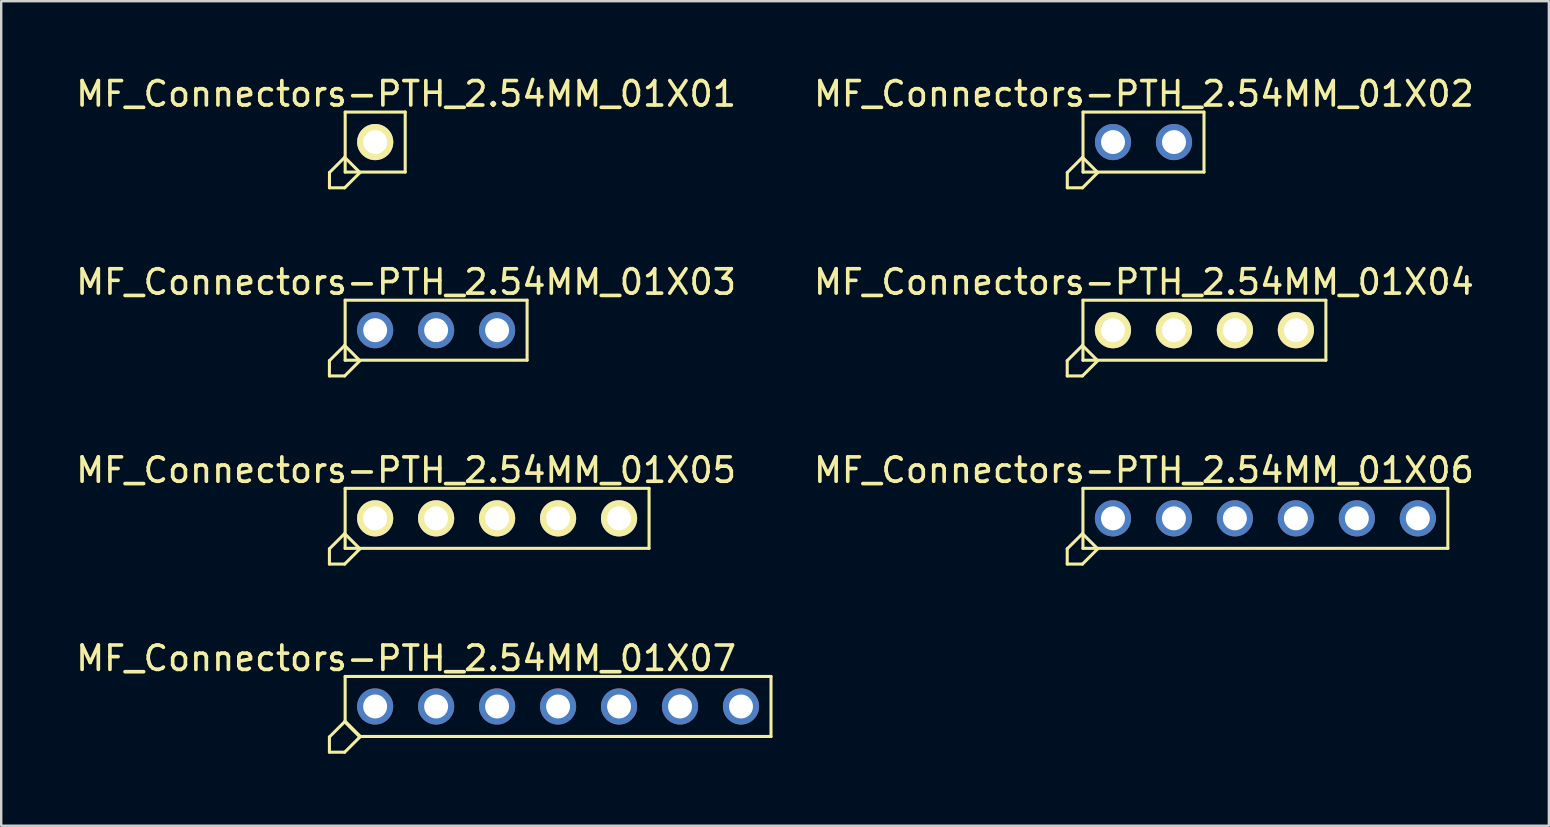
<source format=kicad_pcb>
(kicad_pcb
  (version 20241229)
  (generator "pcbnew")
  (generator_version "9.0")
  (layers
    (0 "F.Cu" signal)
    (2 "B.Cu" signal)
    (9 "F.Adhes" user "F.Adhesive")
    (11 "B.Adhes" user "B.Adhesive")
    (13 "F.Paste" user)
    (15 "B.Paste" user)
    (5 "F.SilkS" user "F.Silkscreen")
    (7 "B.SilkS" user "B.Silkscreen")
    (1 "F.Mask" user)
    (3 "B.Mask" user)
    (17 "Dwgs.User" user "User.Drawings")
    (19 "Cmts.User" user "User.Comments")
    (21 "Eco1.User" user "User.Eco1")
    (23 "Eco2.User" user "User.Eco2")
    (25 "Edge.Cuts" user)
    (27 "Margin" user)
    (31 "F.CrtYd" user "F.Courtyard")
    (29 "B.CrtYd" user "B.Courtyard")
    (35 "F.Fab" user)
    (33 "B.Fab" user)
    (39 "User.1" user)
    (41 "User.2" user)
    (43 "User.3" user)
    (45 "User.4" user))
  (footprint "MF_Connectors-PTH_2.54MM_01X07"
    (layer "F.Cu")
    (at 20.197 26.379)
    (property "Reference" "MF_Connectors-PTH_2.54MM_01X07" (at -6.33 -2.007 0) (layer "F.SilkS") (effects (font (size 1.016 1.016) (thickness 0.152))))
    (attr exclude_from_pos_files exclude_from_bom)
    (fp_line (start -9.525 1.27) (end -9.525 1.905) (stroke (width 0.127) (type solid)) (layer "F.SilkS"))
    (fp_line (start -9.525 1.905) (end -8.89 1.905) (stroke (width 0.127) (type solid)) (layer "F.SilkS"))
    (fp_line (start -8.89 0.635) (end -9.525 1.27) (stroke (width 0.127) (type solid)) (layer "F.SilkS"))
    (fp_line (start -8.89 1.905) (end -8.255 1.27) (stroke (width 0.127) (type solid)) (layer "F.SilkS"))
    (fp_line (start -8.87 -1.25) (end 8.87 -1.25) (stroke (width 0.127) (type solid)) (layer "F.SilkS"))
    (fp_line (start -8.87 0.615) (end -8.87 -1.25) (stroke (width 0.127) (type solid)) (layer "F.SilkS"))
    (fp_line (start -8.255 1.27) (end -8.89 0.635) (stroke (width 0.127) (type solid)) (layer "F.SilkS"))
    (fp_line (start -8.235 1.25) (end -8.87 0.615) (stroke (width 0.127) (type solid)) (layer "F.SilkS"))
    (fp_line (start 8.87 -1.25) (end 8.87 1.25) (stroke (width 0.127) (type solid)) (layer "F.SilkS"))
    (fp_line (start 8.87 1.25) (end -8.235 1.25) (stroke (width 0.127) (type solid)) (layer "F.SilkS"))
    (pad "1" thru_hole circle (at -7.62 0) (size 1.506 1.506) (drill 0.998) (layers "*.Cu" "*.Mask"))
    (pad "2" thru_hole circle (at -5.08 0) (size 1.506 1.506) (drill 0.998) (layers "*.Cu" "*.Mask"))
    (pad "3" thru_hole circle (at -2.54 0) (size 1.506 1.506) (drill 0.998) (layers "*.Cu" "*.Mask"))
    (pad "4" thru_hole circle (at 0 0) (size 1.506 1.506) (drill 0.998) (layers "*.Cu" "*.Mask"))
    (pad "5" thru_hole circle (at 2.54 0) (size 1.506 1.506) (drill 0.998) (layers "*.Cu" "*.Mask"))
    (pad "6" thru_hole circle (at 5.08 0) (size 1.506 1.506) (drill 0.998) (layers "*.Cu" "*.Mask"))
    (pad "7" thru_hole circle (at 7.62 0) (size 1.506 1.506) (drill 0.998) (layers "*.Cu" "*.Mask")))
  (footprint "MF_Connectors-PTH_2.54MM_01X02"
    (layer "F.Cu")
    (at 44.584 2.868)
    (property "Reference" "MF_Connectors-PTH_2.54MM_01X02" (at 0.018 -2.007 0) (layer "F.SilkS") (effects (font (size 1.016 1.016) (thickness 0.152))))
    (attr exclude_from_pos_files exclude_from_bom)
    (fp_line (start -3.175 1.27) (end -3.175 1.905) (stroke (width 0.127) (type solid)) (layer "F.SilkS"))
    (fp_line (start -3.175 1.905) (end -2.54 1.905) (stroke (width 0.127) (type solid)) (layer "F.SilkS"))
    (fp_line (start -2.54 0.635) (end -3.175 1.27) (stroke (width 0.127) (type solid)) (layer "F.SilkS"))
    (fp_line (start -2.54 1.905) (end -1.905 1.27) (stroke (width 0.127) (type solid)) (layer "F.SilkS"))
    (fp_line (start -2.52 -1.25) (end 2.52 -1.25) (stroke (width 0.127) (type solid)) (layer "F.SilkS"))
    (fp_line (start -2.52 1.25) (end -2.52 -1.25) (stroke (width 0.127) (type solid)) (layer "F.SilkS"))
    (fp_line (start -1.905 1.27) (end -2.54 0.635) (stroke (width 0.127) (type solid)) (layer "F.SilkS"))
    (fp_line (start 2.52 -1.25) (end 2.52 1.25) (stroke (width 0.127) (type solid)) (layer "F.SilkS"))
    (fp_line (start 2.52 1.25) (end -2.52 1.25) (stroke (width 0.127) (type solid)) (layer "F.SilkS"))
    (pad "1" thru_hole circle (at -1.27 0) (size 1.506 1.506) (drill 0.998) (layers "*.Cu" "*.Mask"))
    (pad "2" thru_hole circle (at 1.27 0) (size 1.506 1.506) (drill 0.998) (layers "*.Cu" "*.Mask")))
  (footprint "MF_Connectors-PTH_2.54MM_01X03"
    (layer "F.Cu")
    (at 15.117 10.705)
    (property "Reference" "MF_Connectors-PTH_2.54MM_01X03" (at -1.25 -2.007 0) (layer "F.SilkS") (effects (font (size 1.016 1.016) (thickness 0.152))))
    (attr exclude_from_pos_files exclude_from_bom)
    (fp_line (start -4.445 1.27) (end -4.445 1.905) (stroke (width 0.127) (type solid)) (layer "F.SilkS"))
    (fp_line (start -4.445 1.905) (end -3.81 1.905) (stroke (width 0.127) (type solid)) (layer "F.SilkS"))
    (fp_line (start -3.81 0.635) (end -4.445 1.27) (stroke (width 0.127) (type solid)) (layer "F.SilkS"))
    (fp_line (start -3.81 1.905) (end -3.175 1.27) (stroke (width 0.127) (type solid)) (layer "F.SilkS"))
    (fp_line (start -3.79 -1.25) (end 3.79 -1.25) (stroke (width 0.127) (type solid)) (layer "F.SilkS"))
    (fp_line (start -3.79 1.25) (end -3.79 -1.25) (stroke (width 0.127) (type solid)) (layer "F.SilkS"))
    (fp_line (start -3.175 1.27) (end -3.81 0.635) (stroke (width 0.127) (type solid)) (layer "F.SilkS"))
    (fp_line (start 3.79 -1.25) (end 3.79 1.25) (stroke (width 0.127) (type solid)) (layer "F.SilkS"))
    (fp_line (start 3.79 1.25) (end -3.79 1.25) (stroke (width 0.127) (type solid)) (layer "F.SilkS"))
    (pad "1" thru_hole circle (at -2.54 0) (size 1.506 1.506) (drill 0.998) (layers "*.Cu" "*.Mask"))
    (pad "2" thru_hole circle (at 0 0) (size 1.506 1.506) (drill 0.998) (layers "*.Cu" "*.Mask"))
    (pad "3" thru_hole circle (at 2.54 0) (size 1.506 1.506) (drill 0.998) (layers "*.Cu" "*.Mask")))
  (footprint "MF_Connectors-PTH_2.54MM_01X01"
    (layer "F.Cu")
    (at 12.579 2.868)
    (property "Reference" "MF_Connectors-PTH_2.54MM_01X01" (at 1.288 -2.007 0) (layer "F.SilkS") (effects (font (size 1.016 1.016) (thickness 0.152))))
    (attr exclude_from_pos_files exclude_from_bom)
    (fp_line (start -1.905 1.27) (end -1.27 0.635) (stroke (width 0.127) (type solid)) (layer "F.SilkS"))
    (fp_line (start -1.905 1.905) (end -1.905 1.27) (stroke (width 0.127) (type solid)) (layer "F.SilkS"))
    (fp_line (start -1.27 0.635) (end -0.635 1.27) (stroke (width 0.127) (type solid)) (layer "F.SilkS"))
    (fp_line (start -1.27 1.905) (end -1.905 1.905) (stroke (width 0.127) (type solid)) (layer "F.SilkS"))
    (fp_line (start -1.25 -1.25) (end 1.25 -1.25) (stroke (width 0.127) (type solid)) (layer "F.SilkS"))
    (fp_line (start -1.25 1.25) (end -1.25 -1.25) (stroke (width 0.127) (type solid)) (layer "F.SilkS"))
    (fp_line (start -0.635 1.27) (end -1.27 1.905) (stroke (width 0.127) (type solid)) (layer "F.SilkS"))
    (fp_line (start 1.25 -1.25) (end 1.25 1.25) (stroke (width 0.127) (type solid)) (layer "F.SilkS"))
    (fp_line (start 1.25 1.25) (end -1.25 1.25) (stroke (width 0.127) (type solid)) (layer "F.SilkS"))
    (pad "P$1" thru_hole circle (at 0 0) (size 1.506 1.506) (drill 0.998) (layers "*.Cu" "F.Mask" "F.SilkS" "F.Paste")))
  (footprint "MF_Connectors-PTH_2.54MM_01X04"
    (layer "F.Cu")
    (at 47.121 10.705)
    (property "Reference" "MF_Connectors-PTH_2.54MM_01X04" (at -2.52 -2.007 0) (layer "F.SilkS") (effects (font (size 1.016 1.016) (thickness 0.152))))
    (attr exclude_from_pos_files exclude_from_bom)
    (fp_line (start -5.715 1.27) (end -5.715 1.905) (stroke (width 0.127) (type solid)) (layer "F.SilkS"))
    (fp_line (start -5.715 1.905) (end -5.08 1.905) (stroke (width 0.127) (type solid)) (layer "F.SilkS"))
    (fp_line (start -5.08 0.635) (end -5.715 1.27) (stroke (width 0.127) (type solid)) (layer "F.SilkS"))
    (fp_line (start -5.08 1.905) (end -4.445 1.27) (stroke (width 0.127) (type solid)) (layer "F.SilkS"))
    (fp_line (start -5.06 -1.25) (end 5.06 -1.25) (stroke (width 0.127) (type solid)) (layer "F.SilkS"))
    (fp_line (start -5.06 1.25) (end -5.06 -1.25) (stroke (width 0.127) (type solid)) (layer "F.SilkS"))
    (fp_line (start -4.445 1.27) (end -5.08 0.635) (stroke (width 0.127) (type solid)) (layer "F.SilkS"))
    (fp_line (start 5.06 -1.25) (end 5.06 1.25) (stroke (width 0.127) (type solid)) (layer "F.SilkS"))
    (fp_line (start 5.06 1.25) (end -5.06 1.25) (stroke (width 0.127) (type solid)) (layer "F.SilkS"))
    (pad "P$1" thru_hole circle (at -3.81 0) (size 1.506 1.506) (drill 0.998) (layers "*.Cu" "F.Mask" "F.SilkS" "F.Paste"))
    (pad "P$2" thru_hole circle (at -1.27 0) (size 1.506 1.506) (drill 0.998) (layers "*.Cu" "F.Mask" "F.SilkS" "F.Paste"))
    (pad "P$3" thru_hole circle (at 1.27 0) (size 1.506 1.506) (drill 0.998) (layers "*.Cu" "F.Mask" "F.SilkS" "F.Paste"))
    (pad "P$4" thru_hole circle (at 3.81 0) (size 1.506 1.506) (drill 0.998) (layers "*.Cu" "F.Mask" "F.SilkS" "F.Paste")))
  (footprint "MF_Connectors-PTH_2.54MM_01X06"
    (layer "F.Cu")
    (at 49.661 18.542)
    (property "Reference" "MF_Connectors-PTH_2.54MM_01X06" (at -5.06 -2.007 0) (layer "F.SilkS") (effects (font (size 1.016 1.016) (thickness 0.152))))
    (attr exclude_from_pos_files exclude_from_bom)
    (fp_line (start -8.255 1.27) (end -8.255 1.905) (stroke (width 0.127) (type solid)) (layer "F.SilkS"))
    (fp_line (start -8.255 1.905) (end -7.62 1.905) (stroke (width 0.127) (type solid)) (layer "F.SilkS"))
    (fp_line (start -7.62 0.635) (end -8.255 1.27) (stroke (width 0.127) (type solid)) (layer "F.SilkS"))
    (fp_line (start -7.62 1.905) (end -6.985 1.27) (stroke (width 0.127) (type solid)) (layer "F.SilkS"))
    (fp_line (start -7.6 -1.25) (end 7.6 -1.25) (stroke (width 0.127) (type solid)) (layer "F.SilkS"))
    (fp_line (start -7.6 1.25) (end -7.6 -1.25) (stroke (width 0.127) (type solid)) (layer "F.SilkS"))
    (fp_line (start -6.985 1.27) (end -7.62 0.635) (stroke (width 0.127) (type solid)) (layer "F.SilkS"))
    (fp_line (start 7.6 -1.25) (end 7.6 1.25) (stroke (width 0.127) (type solid)) (layer "F.SilkS"))
    (fp_line (start 7.6 1.25) (end -7.6 1.25) (stroke (width 0.127) (type solid)) (layer "F.SilkS"))
    (pad "1" thru_hole circle (at -6.35 0) (size 1.506 1.506) (drill 0.998) (layers "*.Cu" "*.Mask"))
    (pad "2" thru_hole circle (at -3.81 0) (size 1.506 1.506) (drill 0.998) (layers "*.Cu" "*.Mask"))
    (pad "3" thru_hole circle (at -1.27 0) (size 1.506 1.506) (drill 0.998) (layers "*.Cu" "*.Mask"))
    (pad "4" thru_hole circle (at 1.27 0) (size 1.506 1.506) (drill 0.998) (layers "*.Cu" "*.Mask"))
    (pad "5" thru_hole circle (at 3.81 0) (size 1.506 1.506) (drill 0.998) (layers "*.Cu" "*.Mask"))
    (pad "6" thru_hole circle (at 6.35 0) (size 1.506 1.506) (drill 0.998) (layers "*.Cu" "*.Mask")))
  (footprint "MF_Connectors-PTH_2.54MM_01X05"
    (layer "F.Cu")
    (at 17.657 18.542)
    (property "Reference" "MF_Connectors-PTH_2.54MM_01X05" (at -3.79 -2.007 0) (layer "F.SilkS") (effects (font (size 1.016 1.016) (thickness 0.152))))
    (attr exclude_from_pos_files exclude_from_bom)
    (fp_line (start -6.985 1.27) (end -6.985 1.905) (stroke (width 0.127) (type solid)) (layer "F.SilkS"))
    (fp_line (start -6.985 1.905) (end -6.35 1.905) (stroke (width 0.127) (type solid)) (layer "F.SilkS"))
    (fp_line (start -6.35 0.635) (end -6.985 1.27) (stroke (width 0.127) (type solid)) (layer "F.SilkS"))
    (fp_line (start -6.35 1.905) (end -5.715 1.27) (stroke (width 0.127) (type solid)) (layer "F.SilkS"))
    (fp_line (start -6.33 -1.25) (end 6.33 -1.25) (stroke (width 0.127) (type solid)) (layer "F.SilkS"))
    (fp_line (start -6.33 1.25) (end -6.33 -1.25) (stroke (width 0.127) (type solid)) (layer "F.SilkS"))
    (fp_line (start -5.715 1.27) (end -6.35 0.635) (stroke (width 0.127) (type solid)) (layer "F.SilkS"))
    (fp_line (start 6.33 -1.25) (end 6.33 1.25) (stroke (width 0.127) (type solid)) (layer "F.SilkS"))
    (fp_line (start 6.33 1.25) (end -6.33 1.25) (stroke (width 0.127) (type solid)) (layer "F.SilkS"))
    (pad "P$1" thru_hole circle (at -5.08 0) (size 1.506 1.506) (drill 0.998) (layers "*.Cu" "F.Mask" "F.SilkS" "F.Paste"))
    (pad "P$2" thru_hole circle (at -2.54 0) (size 1.506 1.506) (drill 0.998) (layers "*.Cu" "F.Mask" "F.SilkS" "F.Paste"))
    (pad "P$3" thru_hole circle (at 0 0) (size 1.506 1.506) (drill 0.998) (layers "*.Cu" "F.Mask" "F.SilkS" "F.Paste"))
    (pad "P$4" thru_hole circle (at 2.54 0) (size 1.506 1.506) (drill 0.998) (layers "*.Cu" "F.Mask" "F.SilkS" "F.Paste"))
    (pad "P$5" thru_hole circle (at 5.08 0) (size 1.506 1.506) (drill 0.998) (layers "*.Cu" "F.Mask" "F.SilkS" "F.Paste")))
  (gr_rect
    (start -3 -3)
    (end 61.469 31.348)
    (stroke (width 0.1) (type default))
    (fill no)
    (layer "Edge.Cuts")))
</source>
